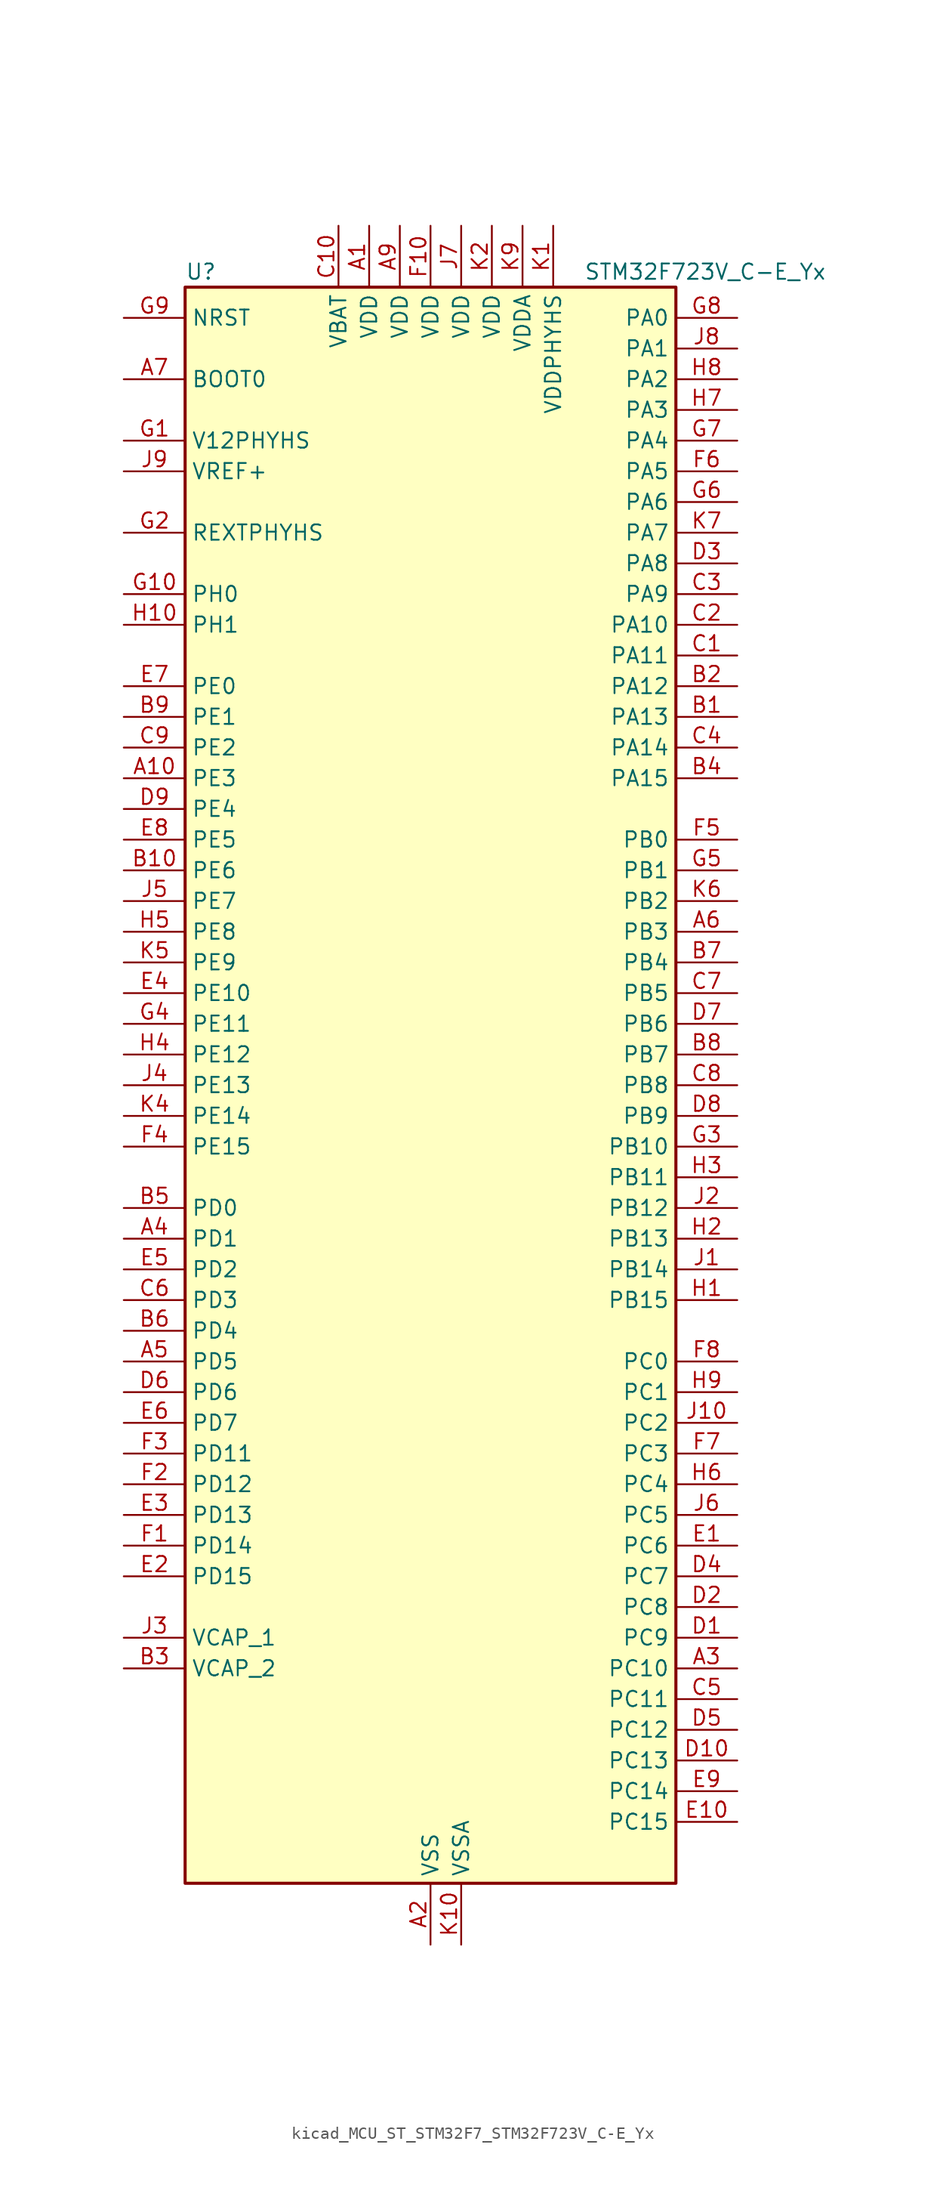
<source format=kicad_sym>
(kicad_symbol_lib
  (version 20220914)
  (generator kicad_symbol_editor)
  (symbol "kicad_MCU_ST_STM32F7_STM32F723V_C-E_Yx"
    (property "Reference" "U"
      (at -20.32 67.31 0)
      (effects (font (size 1.27 1.27)) (justify left)))
    (property "Value" "STM32F723V_C-E_Yx"
      (at 12.7 67.31 0)
      (effects (font (size 1.27 1.27)) (justify left)))
    (property "ki_locked" ""
      (at 0 0 0)
      (effects (font (size 1.27 1.27))))
    (symbol "kicad_MCU_ST_STM32F7_STM32F723V_C-E_Yx_0_1"
      (rectangle (start -20.32 -66.04) (end 20.32 66.04) (stroke (width 0.254) (type default)) (fill (type background))))
    (symbol "kicad_MCU_ST_STM32F7_STM32F723V_C-E_Yx_1_1"
      (pin power_in line (at -5.08 71.12 270) (length 5.08) (name "VDD" (effects (font (size 1.27 1.27)))) (number "A1" (effects (font (size 1.27 1.27)))))
      (pin bidirectional line (at -25.4 25.4 0) (length 5.08) (name "PE3" (effects (font (size 1.27 1.27)))) (number "A10" (effects (font (size 1.27 1.27)))) (alternate "FMC_A19" bidirectional line) (alternate "SAI1_SD_B" bidirectional line) (alternate "SYS_TRACED0" bidirectional line))
      (pin power_in line (at 0 -71.12 90) (length 5.08) (name "VSS" (effects (font (size 1.27 1.27)))) (number "A2" (effects (font (size 1.27 1.27)))))
      (pin bidirectional line (at 25.4 -48.26 180) (length 5.08) (name "PC10" (effects (font (size 1.27 1.27)))) (number "A3" (effects (font (size 1.27 1.27)))) (alternate "I2S3_CK" bidirectional line) (alternate "QUADSPI_BK1_IO1" bidirectional line) (alternate "SDMMC1_D2" bidirectional line) (alternate "SPI3_SCK" bidirectional line) (alternate "UART4_TX" bidirectional line) (alternate "USART3_TX" bidirectional line))
      (pin bidirectional line (at -25.4 -12.7 0) (length 5.08) (name "PD1" (effects (font (size 1.27 1.27)))) (number "A4" (effects (font (size 1.27 1.27)))) (alternate "CAN1_TX" bidirectional line) (alternate "FMC_D3" bidirectional line) (alternate "FMC_DA3" bidirectional line))
      (pin bidirectional line (at -25.4 -22.86 0) (length 5.08) (name "PD5" (effects (font (size 1.27 1.27)))) (number "A5" (effects (font (size 1.27 1.27)))) (alternate "FMC_NWE" bidirectional line) (alternate "USART2_TX" bidirectional line))
      (pin bidirectional line (at 25.4 12.7 180) (length 5.08) (name "PB3" (effects (font (size 1.27 1.27)))) (number "A6" (effects (font (size 1.27 1.27)))) (alternate "I2S1_CK" bidirectional line) (alternate "I2S3_CK" bidirectional line) (alternate "SPI1_SCK" bidirectional line) (alternate "SPI3_SCK" bidirectional line) (alternate "SYS_JTDO-SWO" bidirectional line) (alternate "TIM2_CH2" bidirectional line))
      (pin input line (at -25.4 58.42 0) (length 5.08) (name "BOOT0" (effects (font (size 1.27 1.27)))) (number "A7" (effects (font (size 1.27 1.27)))))
      (pin passive line (at 0 -71.12 90) (length 5.08) hide (name "VSS" (effects (font (size 1.27 1.27)))) (number "A8" (effects (font (size 1.27 1.27)))))
      (pin power_in line (at -2.54 71.12 270) (length 5.08) (name "VDD" (effects (font (size 1.27 1.27)))) (number "A9" (effects (font (size 1.27 1.27)))))
      (pin bidirectional line (at 25.4 30.48 180) (length 5.08) (name "PA13" (effects (font (size 1.27 1.27)))) (number "B1" (effects (font (size 1.27 1.27)))) (alternate "SYS_JTMS-SWDIO" bidirectional line))
      (pin bidirectional line (at -25.4 17.78 0) (length 5.08) (name "PE6" (effects (font (size 1.27 1.27)))) (number "B10" (effects (font (size 1.27 1.27)))) (alternate "FMC_A22" bidirectional line) (alternate "SAI1_SD_A" bidirectional line) (alternate "SAI2_MCLK_B" bidirectional line) (alternate "SPI4_MOSI" bidirectional line) (alternate "SYS_TRACED3" bidirectional line) (alternate "TIM1_BKIN2" bidirectional line) (alternate "TIM9_CH2" bidirectional line))
      (pin bidirectional line (at 25.4 33.02 180) (length 5.08) (name "PA12" (effects (font (size 1.27 1.27)))) (number "B2" (effects (font (size 1.27 1.27)))) (alternate "CAN1_TX" bidirectional line) (alternate "SAI2_FS_B" bidirectional line) (alternate "TIM1_ETR" bidirectional line) (alternate "USART1_DE" bidirectional line) (alternate "USART1_RTS" bidirectional line) (alternate "USB_OTG_FS_DP" bidirectional line))
      (pin power_out line (at -25.4 -48.26 0) (length 5.08) (name "VCAP_2" (effects (font (size 1.27 1.27)))) (number "B3" (effects (font (size 1.27 1.27)))))
      (pin bidirectional line (at 25.4 25.4 180) (length 5.08) (name "PA15" (effects (font (size 1.27 1.27)))) (number "B4" (effects (font (size 1.27 1.27)))) (alternate "I2S1_WS" bidirectional line) (alternate "I2S3_WS" bidirectional line) (alternate "SPI1_NSS" bidirectional line) (alternate "SPI3_NSS" bidirectional line) (alternate "SYS_JTDI" bidirectional line) (alternate "TIM2_CH1" bidirectional line) (alternate "TIM2_ETR" bidirectional line) (alternate "UART4_DE" bidirectional line) (alternate "UART4_RTS" bidirectional line))
      (pin bidirectional line (at -25.4 -10.16 0) (length 5.08) (name "PD0" (effects (font (size 1.27 1.27)))) (number "B5" (effects (font (size 1.27 1.27)))) (alternate "CAN1_RX" bidirectional line) (alternate "FMC_D2" bidirectional line) (alternate "FMC_DA2" bidirectional line))
      (pin bidirectional line (at -25.4 -20.32 0) (length 5.08) (name "PD4" (effects (font (size 1.27 1.27)))) (number "B6" (effects (font (size 1.27 1.27)))) (alternate "FMC_NOE" bidirectional line) (alternate "USART2_DE" bidirectional line) (alternate "USART2_RTS" bidirectional line))
      (pin bidirectional line (at 25.4 10.16 180) (length 5.08) (name "PB4" (effects (font (size 1.27 1.27)))) (number "B7" (effects (font (size 1.27 1.27)))) (alternate "I2S2_WS" bidirectional line) (alternate "SPI1_MISO" bidirectional line) (alternate "SPI2_NSS" bidirectional line) (alternate "SPI3_MISO" bidirectional line) (alternate "SYS_JTRST" bidirectional line) (alternate "TIM3_CH1" bidirectional line))
      (pin bidirectional line (at 25.4 2.54 180) (length 5.08) (name "PB7" (effects (font (size 1.27 1.27)))) (number "B8" (effects (font (size 1.27 1.27)))) (alternate "FMC_NL" bidirectional line) (alternate "I2C1_SDA" bidirectional line) (alternate "TIM4_CH2" bidirectional line) (alternate "USART1_RX" bidirectional line))
      (pin bidirectional line (at -25.4 30.48 0) (length 5.08) (name "PE1" (effects (font (size 1.27 1.27)))) (number "B9" (effects (font (size 1.27 1.27)))) (alternate "FMC_NBL1" bidirectional line) (alternate "LPTIM1_IN2" bidirectional line) (alternate "UART8_TX" bidirectional line))
      (pin bidirectional line (at 25.4 35.56 180) (length 5.08) (name "PA11" (effects (font (size 1.27 1.27)))) (number "C1" (effects (font (size 1.27 1.27)))) (alternate "ADC1_EXTI11" bidirectional line) (alternate "ADC2_EXTI11" bidirectional line) (alternate "ADC3_EXTI11" bidirectional line) (alternate "CAN1_RX" bidirectional line) (alternate "TIM1_CH4" bidirectional line) (alternate "USART1_CTS" bidirectional line) (alternate "USB_OTG_FS_DM" bidirectional line))
      (pin power_in line (at -7.62 71.12 270) (length 5.08) (name "VBAT" (effects (font (size 1.27 1.27)))) (number "C10" (effects (font (size 1.27 1.27)))))
      (pin bidirectional line (at 25.4 38.1 180) (length 5.08) (name "PA10" (effects (font (size 1.27 1.27)))) (number "C2" (effects (font (size 1.27 1.27)))) (alternate "TIM1_CH3" bidirectional line) (alternate "USART1_RX" bidirectional line) (alternate "USB_OTG_FS_ID" bidirectional line))
      (pin bidirectional line (at 25.4 40.64 180) (length 5.08) (name "PA9" (effects (font (size 1.27 1.27)))) (number "C3" (effects (font (size 1.27 1.27)))) (alternate "DAC_EXTI9" bidirectional line) (alternate "I2C3_SMBA" bidirectional line) (alternate "I2S2_CK" bidirectional line) (alternate "SPI2_SCK" bidirectional line) (alternate "TIM1_CH2" bidirectional line) (alternate "USART1_TX" bidirectional line) (alternate "USB_OTG_FS_VBUS" bidirectional line))
      (pin bidirectional line (at 25.4 27.94 180) (length 5.08) (name "PA14" (effects (font (size 1.27 1.27)))) (number "C4" (effects (font (size 1.27 1.27)))) (alternate "SYS_JTCK-SWCLK" bidirectional line))
      (pin bidirectional line (at 25.4 -50.8 180) (length 5.08) (name "PC11" (effects (font (size 1.27 1.27)))) (number "C5" (effects (font (size 1.27 1.27)))) (alternate "ADC1_EXTI11" bidirectional line) (alternate "ADC2_EXTI11" bidirectional line) (alternate "ADC3_EXTI11" bidirectional line) (alternate "QUADSPI_BK2_NCS" bidirectional line) (alternate "SDMMC1_D3" bidirectional line) (alternate "SPI3_MISO" bidirectional line) (alternate "UART4_RX" bidirectional line) (alternate "USART3_RX" bidirectional line))
      (pin bidirectional line (at -25.4 -17.78 0) (length 5.08) (name "PD3" (effects (font (size 1.27 1.27)))) (number "C6" (effects (font (size 1.27 1.27)))) (alternate "FMC_CLK" bidirectional line) (alternate "I2S2_CK" bidirectional line) (alternate "SPI2_SCK" bidirectional line) (alternate "USART2_CTS" bidirectional line))
      (pin bidirectional line (at 25.4 7.62 180) (length 5.08) (name "PB5" (effects (font (size 1.27 1.27)))) (number "C7" (effects (font (size 1.27 1.27)))) (alternate "FMC_SDCKE1" bidirectional line) (alternate "I2C1_SMBA" bidirectional line) (alternate "I2S1_SD" bidirectional line) (alternate "I2S3_SD" bidirectional line) (alternate "SPI1_MOSI" bidirectional line) (alternate "SPI3_MOSI" bidirectional line) (alternate "TIM3_CH2" bidirectional line))
      (pin bidirectional line (at 25.4 0 180) (length 5.08) (name "PB8" (effects (font (size 1.27 1.27)))) (number "C8" (effects (font (size 1.27 1.27)))) (alternate "CAN1_RX" bidirectional line) (alternate "I2C1_SCL" bidirectional line) (alternate "SDMMC1_D4" bidirectional line) (alternate "TIM10_CH1" bidirectional line) (alternate "TIM4_CH3" bidirectional line))
      (pin bidirectional line (at -25.4 27.94 0) (length 5.08) (name "PE2" (effects (font (size 1.27 1.27)))) (number "C9" (effects (font (size 1.27 1.27)))) (alternate "FMC_A23" bidirectional line) (alternate "QUADSPI_BK1_IO2" bidirectional line) (alternate "SAI1_MCLK_A" bidirectional line) (alternate "SPI4_SCK" bidirectional line) (alternate "SYS_TRACECLK" bidirectional line))
      (pin bidirectional line (at 25.4 -45.72 180) (length 5.08) (name "PC9" (effects (font (size 1.27 1.27)))) (number "D1" (effects (font (size 1.27 1.27)))) (alternate "DAC_EXTI9" bidirectional line) (alternate "I2C3_SDA" bidirectional line) (alternate "I2S_CKIN" bidirectional line) (alternate "QUADSPI_BK1_IO0" bidirectional line) (alternate "RCC_MCO_2" bidirectional line) (alternate "SDMMC1_D1" bidirectional line) (alternate "TIM3_CH4" bidirectional line) (alternate "TIM8_CH4" bidirectional line) (alternate "UART5_CTS" bidirectional line))
      (pin bidirectional line (at 25.4 -55.88 180) (length 5.08) (name "PC13" (effects (font (size 1.27 1.27)))) (number "D10" (effects (font (size 1.27 1.27)))) (alternate "RTC_OUT" bidirectional line) (alternate "RTC_TAMP1" bidirectional line) (alternate "RTC_TS" bidirectional line) (alternate "SYS_WKUP4" bidirectional line))
      (pin bidirectional line (at 25.4 -43.18 180) (length 5.08) (name "PC8" (effects (font (size 1.27 1.27)))) (number "D2" (effects (font (size 1.27 1.27)))) (alternate "SDMMC1_D0" bidirectional line) (alternate "SYS_TRACED1" bidirectional line) (alternate "TIM3_CH3" bidirectional line) (alternate "TIM8_CH3" bidirectional line) (alternate "UART5_DE" bidirectional line) (alternate "UART5_RTS" bidirectional line) (alternate "USART6_CK" bidirectional line))
      (pin bidirectional line (at 25.4 43.18 180) (length 5.08) (name "PA8" (effects (font (size 1.27 1.27)))) (number "D3" (effects (font (size 1.27 1.27)))) (alternate "I2C3_SCL" bidirectional line) (alternate "RCC_MCO_1" bidirectional line) (alternate "TIM1_CH1" bidirectional line) (alternate "TIM8_BKIN2" bidirectional line) (alternate "USART1_CK" bidirectional line) (alternate "USB_OTG_FS_SOF" bidirectional line))
      (pin bidirectional line (at 25.4 -40.64 180) (length 5.08) (name "PC7" (effects (font (size 1.27 1.27)))) (number "D4" (effects (font (size 1.27 1.27)))) (alternate "I2S3_MCK" bidirectional line) (alternate "SDMMC1_D7" bidirectional line) (alternate "TIM3_CH2" bidirectional line) (alternate "TIM8_CH2" bidirectional line) (alternate "USART6_RX" bidirectional line))
      (pin bidirectional line (at 25.4 -53.34 180) (length 5.08) (name "PC12" (effects (font (size 1.27 1.27)))) (number "D5" (effects (font (size 1.27 1.27)))) (alternate "I2S3_SD" bidirectional line) (alternate "SDMMC1_CK" bidirectional line) (alternate "SPI3_MOSI" bidirectional line) (alternate "SYS_TRACED3" bidirectional line) (alternate "UART5_TX" bidirectional line) (alternate "USART3_CK" bidirectional line))
      (pin bidirectional line (at -25.4 -25.4 0) (length 5.08) (name "PD6" (effects (font (size 1.27 1.27)))) (number "D6" (effects (font (size 1.27 1.27)))) (alternate "FMC_NWAIT" bidirectional line) (alternate "I2S3_SD" bidirectional line) (alternate "SAI1_SD_A" bidirectional line) (alternate "SPI3_MOSI" bidirectional line) (alternate "USART2_RX" bidirectional line))
      (pin bidirectional line (at 25.4 5.08 180) (length 5.08) (name "PB6" (effects (font (size 1.27 1.27)))) (number "D7" (effects (font (size 1.27 1.27)))) (alternate "FMC_SDNE1" bidirectional line) (alternate "I2C1_SCL" bidirectional line) (alternate "QUADSPI_BK1_NCS" bidirectional line) (alternate "TIM4_CH1" bidirectional line) (alternate "USART1_TX" bidirectional line))
      (pin bidirectional line (at 25.4 -2.54 180) (length 5.08) (name "PB9" (effects (font (size 1.27 1.27)))) (number "D8" (effects (font (size 1.27 1.27)))) (alternate "CAN1_TX" bidirectional line) (alternate "DAC_EXTI9" bidirectional line) (alternate "I2C1_SDA" bidirectional line) (alternate "I2S2_WS" bidirectional line) (alternate "SDMMC1_D5" bidirectional line) (alternate "SPI2_NSS" bidirectional line) (alternate "TIM11_CH1" bidirectional line) (alternate "TIM4_CH4" bidirectional line))
      (pin bidirectional line (at -25.4 22.86 0) (length 5.08) (name "PE4" (effects (font (size 1.27 1.27)))) (number "D9" (effects (font (size 1.27 1.27)))) (alternate "FMC_A20" bidirectional line) (alternate "SAI1_FS_A" bidirectional line) (alternate "SPI4_NSS" bidirectional line) (alternate "SYS_TRACED1" bidirectional line))
      (pin bidirectional line (at 25.4 -38.1 180) (length 5.08) (name "PC6" (effects (font (size 1.27 1.27)))) (number "E1" (effects (font (size 1.27 1.27)))) (alternate "I2S2_MCK" bidirectional line) (alternate "SDMMC1_D6" bidirectional line) (alternate "TIM3_CH1" bidirectional line) (alternate "TIM8_CH1" bidirectional line) (alternate "USART6_TX" bidirectional line))
      (pin bidirectional line (at 25.4 -60.96 180) (length 5.08) (name "PC15" (effects (font (size 1.27 1.27)))) (number "E10" (effects (font (size 1.27 1.27)))) (alternate "RCC_OSC32_OUT" bidirectional line))
      (pin bidirectional line (at -25.4 -40.64 0) (length 5.08) (name "PD15" (effects (font (size 1.27 1.27)))) (number "E2" (effects (font (size 1.27 1.27)))) (alternate "FMC_D1" bidirectional line) (alternate "FMC_DA1" bidirectional line) (alternate "TIM4_CH4" bidirectional line) (alternate "UART8_DE" bidirectional line) (alternate "UART8_RTS" bidirectional line))
      (pin bidirectional line (at -25.4 -35.56 0) (length 5.08) (name "PD13" (effects (font (size 1.27 1.27)))) (number "E3" (effects (font (size 1.27 1.27)))) (alternate "FMC_A18" bidirectional line) (alternate "LPTIM1_OUT" bidirectional line) (alternate "QUADSPI_BK1_IO3" bidirectional line) (alternate "SAI2_SCK_A" bidirectional line) (alternate "TIM4_CH2" bidirectional line))
      (pin bidirectional line (at -25.4 7.62 0) (length 5.08) (name "PE10" (effects (font (size 1.27 1.27)))) (number "E4" (effects (font (size 1.27 1.27)))) (alternate "FMC_D7" bidirectional line) (alternate "FMC_DA7" bidirectional line) (alternate "QUADSPI_BK2_IO3" bidirectional line) (alternate "TIM1_CH2N" bidirectional line) (alternate "UART7_CTS" bidirectional line))
      (pin bidirectional line (at -25.4 -15.24 0) (length 5.08) (name "PD2" (effects (font (size 1.27 1.27)))) (number "E5" (effects (font (size 1.27 1.27)))) (alternate "SDMMC1_CMD" bidirectional line) (alternate "SYS_TRACED2" bidirectional line) (alternate "TIM3_ETR" bidirectional line) (alternate "UART5_RX" bidirectional line))
      (pin bidirectional line (at -25.4 -27.94 0) (length 5.08) (name "PD7" (effects (font (size 1.27 1.27)))) (number "E6" (effects (font (size 1.27 1.27)))) (alternate "FMC_NE1" bidirectional line) (alternate "USART2_CK" bidirectional line))
      (pin bidirectional line (at -25.4 33.02 0) (length 5.08) (name "PE0" (effects (font (size 1.27 1.27)))) (number "E7" (effects (font (size 1.27 1.27)))) (alternate "FMC_NBL0" bidirectional line) (alternate "LPTIM1_ETR" bidirectional line) (alternate "SAI2_MCLK_A" bidirectional line) (alternate "TIM4_ETR" bidirectional line) (alternate "UART8_RX" bidirectional line))
      (pin bidirectional line (at -25.4 20.32 0) (length 5.08) (name "PE5" (effects (font (size 1.27 1.27)))) (number "E8" (effects (font (size 1.27 1.27)))) (alternate "FMC_A21" bidirectional line) (alternate "SAI1_SCK_A" bidirectional line) (alternate "SPI4_MISO" bidirectional line) (alternate "SYS_TRACED2" bidirectional line) (alternate "TIM9_CH1" bidirectional line))
      (pin bidirectional line (at 25.4 -58.42 180) (length 5.08) (name "PC14" (effects (font (size 1.27 1.27)))) (number "E9" (effects (font (size 1.27 1.27)))) (alternate "RCC_OSC32_IN" bidirectional line))
      (pin bidirectional line (at -25.4 -38.1 0) (length 5.08) (name "PD14" (effects (font (size 1.27 1.27)))) (number "F1" (effects (font (size 1.27 1.27)))) (alternate "FMC_D0" bidirectional line) (alternate "FMC_DA0" bidirectional line) (alternate "TIM4_CH3" bidirectional line) (alternate "UART8_CTS" bidirectional line))
      (pin power_in line (at 0 71.12 270) (length 5.08) (name "VDD" (effects (font (size 1.27 1.27)))) (number "F10" (effects (font (size 1.27 1.27)))))
      (pin bidirectional line (at -25.4 -33.02 0) (length 5.08) (name "PD12" (effects (font (size 1.27 1.27)))) (number "F2" (effects (font (size 1.27 1.27)))) (alternate "FMC_A17" bidirectional line) (alternate "FMC_ALE" bidirectional line) (alternate "LPTIM1_IN1" bidirectional line) (alternate "QUADSPI_BK1_IO1" bidirectional line) (alternate "SAI2_FS_A" bidirectional line) (alternate "TIM4_CH1" bidirectional line) (alternate "USART3_DE" bidirectional line) (alternate "USART3_RTS" bidirectional line))
      (pin bidirectional line (at -25.4 -30.48 0) (length 5.08) (name "PD11" (effects (font (size 1.27 1.27)))) (number "F3" (effects (font (size 1.27 1.27)))) (alternate "ADC1_EXTI11" bidirectional line) (alternate "ADC2_EXTI11" bidirectional line) (alternate "ADC3_EXTI11" bidirectional line) (alternate "FMC_A16" bidirectional line) (alternate "FMC_CLE" bidirectional line) (alternate "QUADSPI_BK1_IO0" bidirectional line) (alternate "SAI2_SD_A" bidirectional line) (alternate "USART3_CTS" bidirectional line))
      (pin bidirectional line (at -25.4 -5.08 0) (length 5.08) (name "PE15" (effects (font (size 1.27 1.27)))) (number "F4" (effects (font (size 1.27 1.27)))) (alternate "FMC_D12" bidirectional line) (alternate "FMC_DA12" bidirectional line) (alternate "TIM1_BKIN" bidirectional line))
      (pin bidirectional line (at 25.4 20.32 180) (length 5.08) (name "PB0" (effects (font (size 1.27 1.27)))) (number "F5" (effects (font (size 1.27 1.27)))) (alternate "ADC1_IN8" bidirectional line) (alternate "ADC2_IN8" bidirectional line) (alternate "TIM1_CH2N" bidirectional line) (alternate "TIM3_CH3" bidirectional line) (alternate "TIM8_CH2N" bidirectional line) (alternate "UART4_CTS" bidirectional line))
      (pin bidirectional line (at 25.4 50.8 180) (length 5.08) (name "PA5" (effects (font (size 1.27 1.27)))) (number "F6" (effects (font (size 1.27 1.27)))) (alternate "ADC1_IN5" bidirectional line) (alternate "ADC2_IN5" bidirectional line) (alternate "DAC_OUT2" bidirectional line) (alternate "I2S1_CK" bidirectional line) (alternate "SPI1_SCK" bidirectional line) (alternate "TIM2_CH1" bidirectional line) (alternate "TIM2_ETR" bidirectional line) (alternate "TIM8_CH1N" bidirectional line))
      (pin bidirectional line (at 25.4 -30.48 180) (length 5.08) (name "PC3" (effects (font (size 1.27 1.27)))) (number "F7" (effects (font (size 1.27 1.27)))) (alternate "ADC1_IN13" bidirectional line) (alternate "ADC2_IN13" bidirectional line) (alternate "ADC3_IN13" bidirectional line) (alternate "FMC_SDCKE0" bidirectional line) (alternate "I2S2_SD" bidirectional line) (alternate "SPI2_MOSI" bidirectional line))
      (pin bidirectional line (at 25.4 -22.86 180) (length 5.08) (name "PC0" (effects (font (size 1.27 1.27)))) (number "F8" (effects (font (size 1.27 1.27)))) (alternate "ADC1_IN10" bidirectional line) (alternate "ADC2_IN10" bidirectional line) (alternate "ADC3_IN10" bidirectional line) (alternate "FMC_SDNWE" bidirectional line) (alternate "SAI2_FS_B" bidirectional line))
      (pin passive line (at 0 -71.12 90) (length 5.08) hide (name "VSS" (effects (font (size 1.27 1.27)))) (number "F9" (effects (font (size 1.27 1.27)))))
      (pin power_in line (at -25.4 53.34 0) (length 5.08) (name "V12PHYHS" (effects (font (size 1.27 1.27)))) (number "G1" (effects (font (size 1.27 1.27)))))
      (pin bidirectional line (at -25.4 40.64 0) (length 5.08) (name "PH0" (effects (font (size 1.27 1.27)))) (number "G10" (effects (font (size 1.27 1.27)))) (alternate "RCC_OSC_IN" bidirectional line))
      (pin bidirectional line (at -25.4 45.72 0) (length 5.08) (name "REXTPHYHS" (effects (font (size 1.27 1.27)))) (number "G2" (effects (font (size 1.27 1.27)))) (alternate "USB_OTG_HS_REXTPHYHS" bidirectional line))
      (pin bidirectional line (at 25.4 -5.08 180) (length 5.08) (name "PB10" (effects (font (size 1.27 1.27)))) (number "G3" (effects (font (size 1.27 1.27)))) (alternate "I2C2_SCL" bidirectional line) (alternate "I2S2_CK" bidirectional line) (alternate "SPI2_SCK" bidirectional line) (alternate "TIM2_CH3" bidirectional line) (alternate "USART3_TX" bidirectional line))
      (pin bidirectional line (at -25.4 5.08 0) (length 5.08) (name "PE11" (effects (font (size 1.27 1.27)))) (number "G4" (effects (font (size 1.27 1.27)))) (alternate "ADC1_EXTI11" bidirectional line) (alternate "ADC2_EXTI11" bidirectional line) (alternate "ADC3_EXTI11" bidirectional line) (alternate "FMC_D8" bidirectional line) (alternate "FMC_DA8" bidirectional line) (alternate "SAI2_SD_B" bidirectional line) (alternate "SPI4_NSS" bidirectional line) (alternate "TIM1_CH2" bidirectional line))
      (pin bidirectional line (at 25.4 17.78 180) (length 5.08) (name "PB1" (effects (font (size 1.27 1.27)))) (number "G5" (effects (font (size 1.27 1.27)))) (alternate "ADC1_IN9" bidirectional line) (alternate "ADC2_IN9" bidirectional line) (alternate "TIM1_CH3N" bidirectional line) (alternate "TIM3_CH4" bidirectional line) (alternate "TIM8_CH3N" bidirectional line))
      (pin bidirectional line (at 25.4 48.26 180) (length 5.08) (name "PA6" (effects (font (size 1.27 1.27)))) (number "G6" (effects (font (size 1.27 1.27)))) (alternate "ADC1_IN6" bidirectional line) (alternate "ADC2_IN6" bidirectional line) (alternate "SPI1_MISO" bidirectional line) (alternate "TIM13_CH1" bidirectional line) (alternate "TIM1_BKIN" bidirectional line) (alternate "TIM3_CH1" bidirectional line) (alternate "TIM8_BKIN" bidirectional line))
      (pin bidirectional line (at 25.4 53.34 180) (length 5.08) (name "PA4" (effects (font (size 1.27 1.27)))) (number "G7" (effects (font (size 1.27 1.27)))) (alternate "ADC1_IN4" bidirectional line) (alternate "ADC2_IN4" bidirectional line) (alternate "DAC_OUT1" bidirectional line) (alternate "I2S1_WS" bidirectional line) (alternate "I2S3_WS" bidirectional line) (alternate "SPI1_NSS" bidirectional line) (alternate "SPI3_NSS" bidirectional line) (alternate "USART2_CK" bidirectional line) (alternate "USB_OTG_HS_SOF" bidirectional line))
      (pin bidirectional line (at 25.4 63.5 180) (length 5.08) (name "PA0" (effects (font (size 1.27 1.27)))) (number "G8" (effects (font (size 1.27 1.27)))) (alternate "ADC1_IN0" bidirectional line) (alternate "ADC2_IN0" bidirectional line) (alternate "ADC3_IN0" bidirectional line) (alternate "SAI2_SD_B" bidirectional line) (alternate "SYS_WKUP1" bidirectional line) (alternate "TIM2_CH1" bidirectional line) (alternate "TIM2_ETR" bidirectional line) (alternate "TIM5_CH1" bidirectional line) (alternate "TIM8_ETR" bidirectional line) (alternate "UART4_TX" bidirectional line) (alternate "USART2_CTS" bidirectional line))
      (pin input line (at -25.4 63.5 0) (length 5.08) (name "NRST" (effects (font (size 1.27 1.27)))) (number "G9" (effects (font (size 1.27 1.27)))))
      (pin bidirectional line (at 25.4 -17.78 180) (length 5.08) (name "PB15" (effects (font (size 1.27 1.27)))) (number "H1" (effects (font (size 1.27 1.27)))) (alternate "USB_OTG_HS_DP" bidirectional line))
      (pin bidirectional line (at -25.4 38.1 0) (length 5.08) (name "PH1" (effects (font (size 1.27 1.27)))) (number "H10" (effects (font (size 1.27 1.27)))) (alternate "RCC_OSC_OUT" bidirectional line))
      (pin bidirectional line (at 25.4 -12.7 180) (length 5.08) (name "PB13" (effects (font (size 1.27 1.27)))) (number "H2" (effects (font (size 1.27 1.27)))) (alternate "I2S2_CK" bidirectional line) (alternate "SPI2_SCK" bidirectional line) (alternate "TIM1_CH1N" bidirectional line) (alternate "USART3_CTS" bidirectional line) (alternate "USB_OTG_HS_VBUS" bidirectional line))
      (pin bidirectional line (at 25.4 -7.62 180) (length 5.08) (name "PB11" (effects (font (size 1.27 1.27)))) (number "H3" (effects (font (size 1.27 1.27)))) (alternate "ADC1_EXTI11" bidirectional line) (alternate "ADC2_EXTI11" bidirectional line) (alternate "ADC3_EXTI11" bidirectional line) (alternate "I2C2_SDA" bidirectional line) (alternate "TIM2_CH4" bidirectional line) (alternate "USART3_RX" bidirectional line))
      (pin bidirectional line (at -25.4 2.54 0) (length 5.08) (name "PE12" (effects (font (size 1.27 1.27)))) (number "H4" (effects (font (size 1.27 1.27)))) (alternate "FMC_D9" bidirectional line) (alternate "FMC_DA9" bidirectional line) (alternate "SAI2_SCK_B" bidirectional line) (alternate "SPI4_SCK" bidirectional line) (alternate "TIM1_CH3N" bidirectional line))
      (pin bidirectional line (at -25.4 12.7 0) (length 5.08) (name "PE8" (effects (font (size 1.27 1.27)))) (number "H5" (effects (font (size 1.27 1.27)))) (alternate "FMC_D5" bidirectional line) (alternate "FMC_DA5" bidirectional line) (alternate "QUADSPI_BK2_IO1" bidirectional line) (alternate "TIM1_CH1N" bidirectional line) (alternate "UART7_TX" bidirectional line))
      (pin bidirectional line (at 25.4 -33.02 180) (length 5.08) (name "PC4" (effects (font (size 1.27 1.27)))) (number "H6" (effects (font (size 1.27 1.27)))) (alternate "ADC1_IN14" bidirectional line) (alternate "ADC2_IN14" bidirectional line) (alternate "FMC_SDNE0" bidirectional line) (alternate "I2S1_MCK" bidirectional line))
      (pin bidirectional line (at 25.4 55.88 180) (length 5.08) (name "PA3" (effects (font (size 1.27 1.27)))) (number "H7" (effects (font (size 1.27 1.27)))) (alternate "ADC1_IN3" bidirectional line) (alternate "ADC2_IN3" bidirectional line) (alternate "ADC3_IN3" bidirectional line) (alternate "TIM2_CH4" bidirectional line) (alternate "TIM5_CH4" bidirectional line) (alternate "TIM9_CH2" bidirectional line) (alternate "USART2_RX" bidirectional line))
      (pin bidirectional line (at 25.4 58.42 180) (length 5.08) (name "PA2" (effects (font (size 1.27 1.27)))) (number "H8" (effects (font (size 1.27 1.27)))) (alternate "ADC1_IN2" bidirectional line) (alternate "ADC2_IN2" bidirectional line) (alternate "ADC3_IN2" bidirectional line) (alternate "SAI2_SCK_B" bidirectional line) (alternate "SYS_WKUP2" bidirectional line) (alternate "TIM2_CH3" bidirectional line) (alternate "TIM5_CH3" bidirectional line) (alternate "TIM9_CH1" bidirectional line) (alternate "USART2_TX" bidirectional line))
      (pin bidirectional line (at 25.4 -25.4 180) (length 5.08) (name "PC1" (effects (font (size 1.27 1.27)))) (number "H9" (effects (font (size 1.27 1.27)))) (alternate "ADC1_IN11" bidirectional line) (alternate "ADC2_IN11" bidirectional line) (alternate "ADC3_IN11" bidirectional line) (alternate "I2S2_SD" bidirectional line) (alternate "RTC_TAMP3" bidirectional line) (alternate "RTC_TS" bidirectional line) (alternate "SAI1_SD_A" bidirectional line) (alternate "SPI2_MOSI" bidirectional line) (alternate "SYS_TRACED0" bidirectional line) (alternate "SYS_WKUP3" bidirectional line))
      (pin bidirectional line (at 25.4 -15.24 180) (length 5.08) (name "PB14" (effects (font (size 1.27 1.27)))) (number "J1" (effects (font (size 1.27 1.27)))) (alternate "USB_OTG_HS_DM" bidirectional line))
      (pin bidirectional line (at 25.4 -27.94 180) (length 5.08) (name "PC2" (effects (font (size 1.27 1.27)))) (number "J10" (effects (font (size 1.27 1.27)))) (alternate "ADC1_IN12" bidirectional line) (alternate "ADC2_IN12" bidirectional line) (alternate "ADC3_IN12" bidirectional line) (alternate "FMC_SDNE0" bidirectional line) (alternate "SPI2_MISO" bidirectional line))
      (pin bidirectional line (at 25.4 -10.16 180) (length 5.08) (name "PB12" (effects (font (size 1.27 1.27)))) (number "J2" (effects (font (size 1.27 1.27)))) (alternate "I2C2_SMBA" bidirectional line) (alternate "I2S2_WS" bidirectional line) (alternate "SPI2_NSS" bidirectional line) (alternate "TIM1_BKIN" bidirectional line) (alternate "USART3_CK" bidirectional line) (alternate "USB_OTG_HS_ID" bidirectional line))
      (pin power_out line (at -25.4 -45.72 0) (length 5.08) (name "VCAP_1" (effects (font (size 1.27 1.27)))) (number "J3" (effects (font (size 1.27 1.27)))))
      (pin bidirectional line (at -25.4 0 0) (length 5.08) (name "PE13" (effects (font (size 1.27 1.27)))) (number "J4" (effects (font (size 1.27 1.27)))) (alternate "FMC_D10" bidirectional line) (alternate "FMC_DA10" bidirectional line) (alternate "SAI2_FS_B" bidirectional line) (alternate "SPI4_MISO" bidirectional line) (alternate "TIM1_CH3" bidirectional line))
      (pin bidirectional line (at -25.4 15.24 0) (length 5.08) (name "PE7" (effects (font (size 1.27 1.27)))) (number "J5" (effects (font (size 1.27 1.27)))) (alternate "FMC_D4" bidirectional line) (alternate "FMC_DA4" bidirectional line) (alternate "QUADSPI_BK2_IO0" bidirectional line) (alternate "TIM1_ETR" bidirectional line) (alternate "UART7_RX" bidirectional line))
      (pin bidirectional line (at 25.4 -35.56 180) (length 5.08) (name "PC5" (effects (font (size 1.27 1.27)))) (number "J6" (effects (font (size 1.27 1.27)))) (alternate "ADC1_IN15" bidirectional line) (alternate "ADC2_IN15" bidirectional line) (alternate "FMC_SDCKE0" bidirectional line))
      (pin power_in line (at 2.54 71.12 270) (length 5.08) (name "VDD" (effects (font (size 1.27 1.27)))) (number "J7" (effects (font (size 1.27 1.27)))))
      (pin bidirectional line (at 25.4 60.96 180) (length 5.08) (name "PA1" (effects (font (size 1.27 1.27)))) (number "J8" (effects (font (size 1.27 1.27)))) (alternate "ADC1_IN1" bidirectional line) (alternate "ADC2_IN1" bidirectional line) (alternate "ADC3_IN1" bidirectional line) (alternate "QUADSPI_BK1_IO3" bidirectional line) (alternate "SAI2_MCLK_B" bidirectional line) (alternate "TIM2_CH2" bidirectional line) (alternate "TIM5_CH2" bidirectional line) (alternate "UART4_RX" bidirectional line) (alternate "USART2_DE" bidirectional line) (alternate "USART2_RTS" bidirectional line))
      (pin input line (at -25.4 50.8 0) (length 5.08) (name "VREF+" (effects (font (size 1.27 1.27)))) (number "J9" (effects (font (size 1.27 1.27)))))
      (pin power_in line (at 10.16 71.12 270) (length 5.08) (name "VDDPHYHS" (effects (font (size 1.27 1.27)))) (number "K1" (effects (font (size 1.27 1.27)))))
      (pin power_in line (at 2.54 -71.12 90) (length 5.08) (name "VSSA" (effects (font (size 1.27 1.27)))) (number "K10" (effects (font (size 1.27 1.27)))))
      (pin power_in line (at 5.08 71.12 270) (length 5.08) (name "VDD" (effects (font (size 1.27 1.27)))) (number "K2" (effects (font (size 1.27 1.27)))))
      (pin passive line (at 0 -71.12 90) (length 5.08) hide (name "VSS" (effects (font (size 1.27 1.27)))) (number "K3" (effects (font (size 1.27 1.27)))))
      (pin bidirectional line (at -25.4 -2.54 0) (length 5.08) (name "PE14" (effects (font (size 1.27 1.27)))) (number "K4" (effects (font (size 1.27 1.27)))) (alternate "FMC_D11" bidirectional line) (alternate "FMC_DA11" bidirectional line) (alternate "SAI2_MCLK_B" bidirectional line) (alternate "SPI4_MOSI" bidirectional line) (alternate "TIM1_CH4" bidirectional line))
      (pin bidirectional line (at -25.4 10.16 0) (length 5.08) (name "PE9" (effects (font (size 1.27 1.27)))) (number "K5" (effects (font (size 1.27 1.27)))) (alternate "DAC_EXTI9" bidirectional line) (alternate "FMC_D6" bidirectional line) (alternate "FMC_DA6" bidirectional line) (alternate "QUADSPI_BK2_IO2" bidirectional line) (alternate "TIM1_CH1" bidirectional line) (alternate "UART7_DE" bidirectional line) (alternate "UART7_RTS" bidirectional line))
      (pin bidirectional line (at 25.4 15.24 180) (length 5.08) (name "PB2" (effects (font (size 1.27 1.27)))) (number "K6" (effects (font (size 1.27 1.27)))) (alternate "I2S3_SD" bidirectional line) (alternate "QUADSPI_CLK" bidirectional line) (alternate "SAI1_SD_A" bidirectional line) (alternate "SPI3_MOSI" bidirectional line))
      (pin bidirectional line (at 25.4 45.72 180) (length 5.08) (name "PA7" (effects (font (size 1.27 1.27)))) (number "K7" (effects (font (size 1.27 1.27)))) (alternate "ADC1_IN7" bidirectional line) (alternate "ADC2_IN7" bidirectional line) (alternate "FMC_SDNWE" bidirectional line) (alternate "I2S1_SD" bidirectional line) (alternate "SPI1_MOSI" bidirectional line) (alternate "TIM14_CH1" bidirectional line) (alternate "TIM1_CH1N" bidirectional line) (alternate "TIM3_CH2" bidirectional line) (alternate "TIM8_CH1N" bidirectional line))
      (pin passive line (at 0 -71.12 90) (length 5.08) hide (name "VSS" (effects (font (size 1.27 1.27)))) (number "K8" (effects (font (size 1.27 1.27)))))
      (pin power_in line (at 7.62 71.12 270) (length 5.08) (name "VDDA" (effects (font (size 1.27 1.27)))) (number "K9" (effects (font (size 1.27 1.27))))))))
</source>
